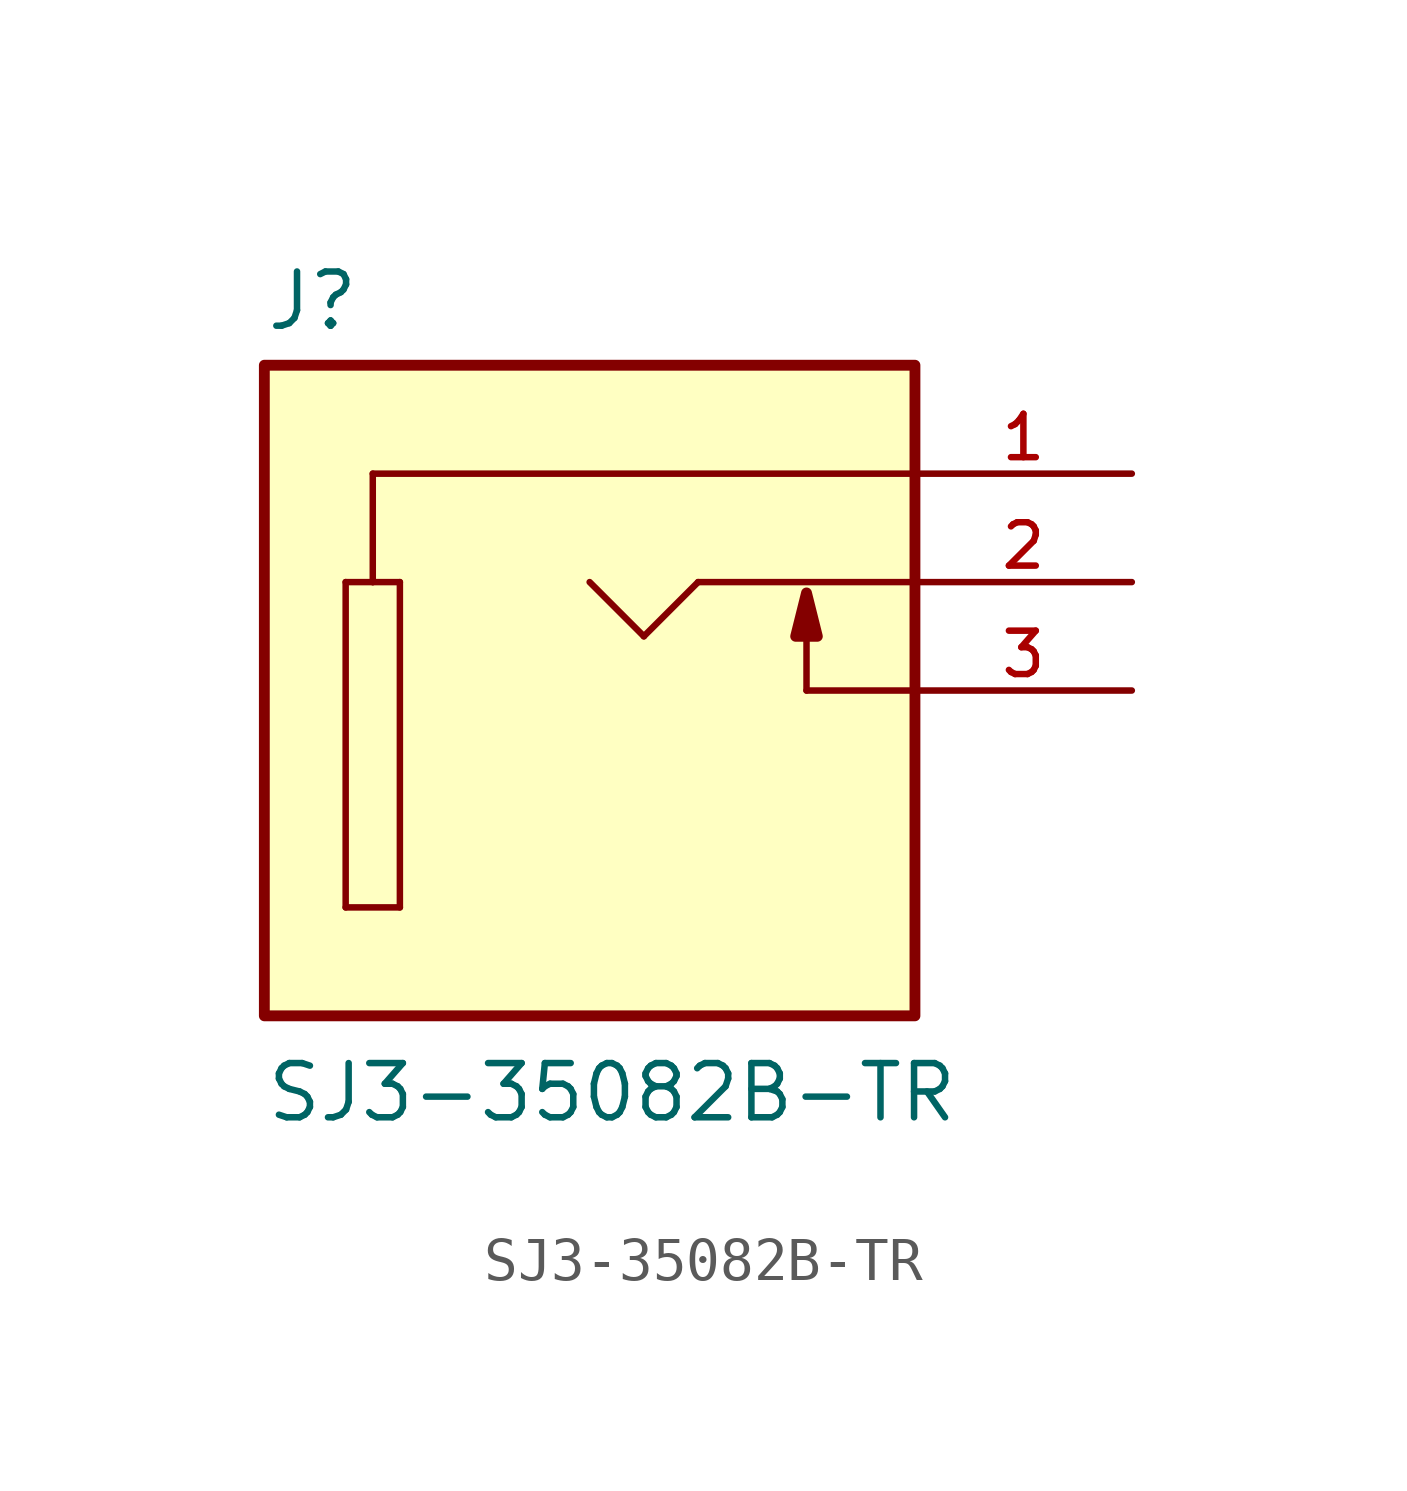
<source format=kicad_sym>
(kicad_symbol_lib
  (version 20211014)
  (generator kicad_symbol_editor)
  (symbol "SJ3-35082B-TR"
    (pin_names
      (offset 1.016))
    (property "Reference" "J"
      (at -7.62 8.382 0)
      (effects (font (size 1.27 1.27)) (justify bottom left)))
    (property "Value" "SJ3-35082B-TR"
      (at -7.62 -10.16 0)
      (effects (font (size 1.27 1.27)) (justify bottom left)))
    (symbol "SJ3-35082B-TR_0_0"
      (polyline (pts (xy 7.62 5.08) (xy -5.08 5.08)) (stroke (width 0.152)))
      (polyline (pts (xy -5.08 5.08) (xy -5.08 2.54)) (stroke (width 0.152)))
      (polyline (pts (xy -5.08 2.54) (xy -4.445 2.54)) (stroke (width 0.152)))
      (polyline (pts (xy -4.445 2.54) (xy -4.445 -5.08)) (stroke (width 0.152)))
      (polyline (pts (xy -4.445 -5.08) (xy -5.715 -5.08)) (stroke (width 0.152)))
      (polyline (pts (xy -5.715 -5.08) (xy -5.715 2.54)) (stroke (width 0.152)))
      (polyline (pts (xy -5.715 2.54) (xy -5.08 2.54)) (stroke (width 0.152)))
      (polyline (pts (xy 0.0 2.54) (xy 1.27 1.27)) (stroke (width 0.152)))
      (polyline (pts (xy 1.27 1.27) (xy 2.54 2.54)) (stroke (width 0.152)))
      (polyline (pts (xy 5.08 2.286) (xy 5.334 1.27) (xy 4.826 1.27) (xy 5.08 2.286)) (stroke (width 0.254)) (fill (type outline)))
      (polyline (pts (xy 5.08 0.0) (xy 7.62 0.0)) (stroke (width 0.152)))
      (polyline (pts (xy 2.54 2.54) (xy 7.62 2.54)) (stroke (width 0.152)))
      (polyline (pts (xy 5.08 0.0) (xy 5.08 1.27)) (stroke (width 0.152)))
      (rectangle (start -7.62 -7.62) (end 7.62 7.62) (stroke (width 0.254)) (fill (type background)))
      (pin passive line (at 12.7 5.08 180.0) (length 5.08) (name "~" (effects (font (size 1.016 1.016)))) (number "1" (effects (font (size 1.016 1.016)))))
      (pin passive line (at 12.7 2.54 180.0) (length 5.08) (name "~" (effects (font (size 1.016 1.016)))) (number "2" (effects (font (size 1.016 1.016)))))
      (pin passive line (at 12.7 0.0 180.0) (length 5.08) (name "~" (effects (font (size 1.016 1.016)))) (number "3" (effects (font (size 1.016 1.016))))))))
</source>
